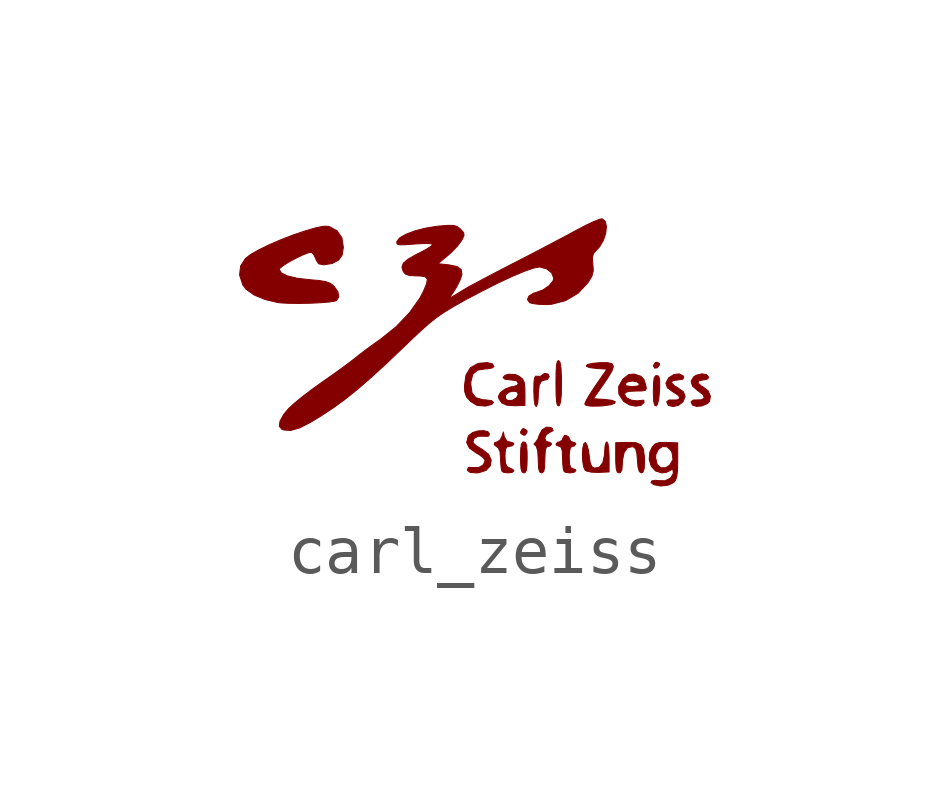
<source format=kicad_sym>
(kicad_symbol_lib
  (version 20231120)
  (generator "kicad_symbol_editor")
  (generator_version "8.0")
  (symbol "carl_zeiss"
    (pin_names
      (offset 1.016))
    (property "Reference" "T"
      (at 0 2.269 0)
      (effects (font (size 1.27 1.27)) (hide yes)))
    (symbol "carl_zeiss_0_0"
      (polyline (pts (xy 3.816 -0.3) (xy 3.862 -0.239) (xy 3.861 -0.211) (xy 3.807 -0.184) (xy 3.771 -0.194) (xy 3.734 -0.257) (xy 3.761 -0.308) (xy 3.816 -0.3)) (stroke (width 0.01) (type default)) (fill (type outline)))
      (polyline (pts (xy 1.069 -1.698) (xy 1.106 -1.637) (xy 1.098 -1.604) (xy 1.037 -1.567) (xy 1.005 -1.575) (xy 0.968 -1.637) (xy 0.976 -1.669) (xy 1.037 -1.706) (xy 1.069 -1.698)) (stroke (width 0.01) (type default)) (fill (type outline)))
      (polyline (pts (xy 3.817 -1.067) (xy 3.846 -0.955) (xy 3.863 -0.768) (xy 3.866 -0.659) (xy 3.863 -0.537) (xy 3.843 -0.477) (xy 3.805 -0.461) (xy 3.779 -0.467) (xy 3.752 -0.511) (xy 3.738 -0.612) (xy 3.734 -0.787) (xy 3.734 -0.837) (xy 3.741 -0.997) (xy 3.76 -1.079) (xy 3.792 -1.095) (xy 3.817 -1.067)) (stroke (width 0.01) (type default)) (fill (type outline)))
      (polyline (pts (xy 1.059 -2.485) (xy 1.088 -2.442) (xy 1.102 -2.342) (xy 1.106 -2.167) (xy 1.105 -2.066) (xy 1.096 -1.931) (xy 1.075 -1.863) (xy 1.037 -1.844) (xy 1.016 -1.849) (xy 0.987 -1.891) (xy 0.972 -1.991) (xy 0.968 -2.167) (xy 0.969 -2.268) (xy 0.978 -2.402) (xy 1 -2.47) (xy 1.037 -2.489) (xy 1.059 -2.485)) (stroke (width 0.01) (type default)) (fill (type outline)))
      (polyline (pts (xy 1.779 -1.082) (xy 1.803 -1.006) (xy 1.817 -0.856) (xy 1.821 -0.622) (xy 1.82 -0.501) (xy 1.811 -0.308) (xy 1.793 -0.194) (xy 1.763 -0.15) (xy 1.76 -0.149) (xy 1.734 -0.169) (xy 1.717 -0.247) (xy 1.708 -0.394) (xy 1.706 -0.622) (xy 1.706 -0.651) (xy 1.709 -0.87) (xy 1.719 -1.01) (xy 1.736 -1.081) (xy 1.763 -1.095) (xy 1.779 -1.082)) (stroke (width 0.01) (type default)) (fill (type outline)))
      (polyline (pts (xy 1.304 -1.098) (xy 1.328 -1.025) (xy 1.337 -0.903) (xy 1.339 -0.813) (xy 1.358 -0.66) (xy 1.403 -0.578) (xy 1.48 -0.553) (xy 1.529 -0.541) (xy 1.567 -0.484) (xy 1.539 -0.43) (xy 1.47 -0.417) (xy 1.407 -0.459) (xy 1.387 -0.477) (xy 1.312 -0.477) (xy 1.284 -0.474) (xy 1.26 -0.51) (xy 1.248 -0.607) (xy 1.245 -0.779) (xy 1.245 -0.782) (xy 1.251 -0.949) (xy 1.267 -1.064) (xy 1.291 -1.106) (xy 1.304 -1.098)) (stroke (width 0.01) (type default)) (fill (type outline)))
      (polyline (pts (xy 0.254 -1.094) (xy 0.369 -1.063) (xy 0.406 -1.021) (xy 0.364 -0.984) (xy 0.24 -0.968) (xy 0.181 -0.966) (xy 0.037 -0.923) (xy -0.043 -0.819) (xy -0.067 -0.645) (xy -0.065 -0.587) (xy -0.025 -0.434) (xy 0.072 -0.349) (xy 0.236 -0.323) (xy 0.273 -0.322) (xy 0.374 -0.305) (xy 0.415 -0.275) (xy 0.38 -0.218) (xy 0.274 -0.192) (xy 0.115 -0.205) (xy 0.075 -0.214) (xy -0.077 -0.3) (xy -0.169 -0.456) (xy -0.2 -0.679) (xy -0.193 -0.802) (xy -0.156 -0.909) (xy -0.071 -1.001) (xy 0.06 -1.082) (xy 0.221 -1.097) (xy 0.254 -1.094)) (stroke (width 0.01) (type default)) (fill (type outline)))
      (polyline (pts (xy 2.612 -1.097) (xy 2.68 -1.093) (xy 2.839 -1.071) (xy 2.928 -1.041) (xy 2.941 -1.007) (xy 2.873 -0.978) (xy 2.72 -0.959) (xy 2.484 -0.945) (xy 2.694 -0.645) (xy 2.774 -0.527) (xy 2.869 -0.372) (xy 2.902 -0.271) (xy 2.872 -0.215) (xy 2.777 -0.193) (xy 2.616 -0.194) (xy 2.458 -0.209) (xy 2.357 -0.235) (xy 2.336 -0.266) (xy 2.399 -0.295) (xy 2.548 -0.314) (xy 2.768 -0.328) (xy 2.536 -0.663) (xy 2.492 -0.728) (xy 2.396 -0.877) (xy 2.33 -0.993) (xy 2.305 -1.054) (xy 2.334 -1.084) (xy 2.433 -1.099) (xy 2.612 -1.097)) (stroke (width 0.01) (type default)) (fill (type outline)))
      (polyline (pts (xy 3.516 -2.475) (xy 3.542 -2.403) (xy 3.55 -2.256) (xy 3.548 -2.154) (xy 3.527 -1.994) (xy 3.472 -1.902) (xy 3.369 -1.86) (xy 3.203 -1.854) (xy 2.95 -1.86) (xy 2.95 -2.175) (xy 2.951 -2.264) (xy 2.96 -2.401) (xy 2.982 -2.47) (xy 3.019 -2.489) (xy 3.046 -2.483) (xy 3.079 -2.424) (xy 3.089 -2.291) (xy 3.091 -2.227) (xy 3.126 -2.063) (xy 3.197 -1.964) (xy 3.299 -1.943) (xy 3.319 -1.948) (xy 3.364 -1.985) (xy 3.389 -2.07) (xy 3.402 -2.225) (xy 3.414 -2.366) (xy 3.441 -2.461) (xy 3.483 -2.489) (xy 3.516 -2.475)) (stroke (width 0.01) (type default)) (fill (type outline)))
      (polyline (pts (xy 4.261 -1.079) (xy 4.35 -1.009) (xy 4.396 -0.899) (xy 4.36 -0.801) (xy 4.236 -0.712) (xy 4.173 -0.675) (xy 4.111 -0.612) (xy 4.135 -0.569) (xy 4.245 -0.553) (xy 4.344 -0.539) (xy 4.368 -0.496) (xy 4.352 -0.467) (xy 4.272 -0.427) (xy 4.163 -0.44) (xy 4.061 -0.503) (xy 4.05 -0.514) (xy 3.994 -0.62) (xy 4.028 -0.718) (xy 4.154 -0.81) (xy 4.258 -0.877) (xy 4.287 -0.936) (xy 4.23 -0.97) (xy 4.091 -0.971) (xy 4.06 -0.971) (xy 4.011 -1.008) (xy 4.041 -1.076) (xy 4.052 -1.085) (xy 4.148 -1.108) (xy 4.261 -1.079)) (stroke (width 0.01) (type default)) (fill (type outline)))
      (polyline (pts (xy 2.812 -2.469) (xy 2.812 -2.157) (xy 2.806 -2) (xy 2.79 -1.887) (xy 2.766 -1.844) (xy 2.753 -1.851) (xy 2.729 -1.922) (xy 2.72 -2.043) (xy 2.718 -2.106) (xy 2.683 -2.271) (xy 2.611 -2.369) (xy 2.509 -2.39) (xy 2.503 -2.389) (xy 2.45 -2.356) (xy 2.418 -2.275) (xy 2.397 -2.124) (xy 2.384 -2.027) (xy 2.353 -1.909) (xy 2.317 -1.855) (xy 2.316 -1.855) (xy 2.284 -1.885) (xy 2.264 -1.979) (xy 2.257 -2.108) (xy 2.263 -2.245) (xy 2.282 -2.363) (xy 2.314 -2.434) (xy 2.34 -2.45) (xy 2.447 -2.474) (xy 2.59 -2.479) (xy 2.812 -2.469)) (stroke (width 0.01) (type default)) (fill (type outline)))
      (polyline (pts (xy 4.752 -1.093) (xy 4.861 -1.044) (xy 4.904 -0.998) (xy 4.922 -0.892) (xy 4.876 -0.783) (xy 4.772 -0.7) (xy 4.734 -0.681) (xy 4.665 -0.62) (xy 4.677 -0.572) (xy 4.771 -0.553) (xy 4.847 -0.541) (xy 4.886 -0.506) (xy 4.886 -0.499) (xy 4.843 -0.443) (xy 4.747 -0.426) (xy 4.63 -0.454) (xy 4.574 -0.488) (xy 4.521 -0.579) (xy 4.548 -0.681) (xy 4.656 -0.774) (xy 4.768 -0.858) (xy 4.795 -0.926) (xy 4.738 -0.967) (xy 4.598 -0.971) (xy 4.567 -0.971) (xy 4.518 -1.008) (xy 4.548 -1.076) (xy 4.548 -1.076) (xy 4.633 -1.105) (xy 4.752 -1.093)) (stroke (width 0.01) (type default)) (fill (type outline)))
      (polyline (pts (xy 0.792 -2.478) (xy 0.83 -2.449) (xy 0.812 -2.42) (xy 0.738 -2.384) (xy 0.683 -2.355) (xy 0.653 -2.284) (xy 0.645 -2.148) (xy 0.645 -2.126) (xy 0.653 -2.005) (xy 0.68 -1.949) (xy 0.738 -1.936) (xy 0.791 -1.927) (xy 0.83 -1.89) (xy 0.814 -1.864) (xy 0.741 -1.844) (xy 0.683 -1.827) (xy 0.631 -1.74) (xy 0.611 -1.637) (xy 0.577 -1.74) (xy 0.541 -1.805) (xy 0.479 -1.844) (xy 0.428 -1.859) (xy 0.423 -1.905) (xy 0.484 -1.953) (xy 0.503 -1.964) (xy 0.541 -2.045) (xy 0.553 -2.204) (xy 0.555 -2.279) (xy 0.566 -2.398) (xy 0.584 -2.459) (xy 0.621 -2.478) (xy 0.708 -2.489) (xy 0.792 -2.478)) (stroke (width 0.01) (type default)) (fill (type outline)))
      (polyline (pts (xy 1.414 -2.489) (xy 1.451 -2.46) (xy 1.47 -2.373) (xy 1.475 -2.213) (xy 1.475 -2.179) (xy 1.483 -2.033) (xy 1.504 -1.957) (xy 1.544 -1.936) (xy 1.576 -1.931) (xy 1.613 -1.89) (xy 1.606 -1.869) (xy 1.544 -1.844) (xy 1.493 -1.825) (xy 1.475 -1.763) (xy 1.506 -1.691) (xy 1.578 -1.643) (xy 1.582 -1.642) (xy 1.647 -1.61) (xy 1.629 -1.564) (xy 1.602 -1.544) (xy 1.509 -1.536) (xy 1.419 -1.591) (xy 1.361 -1.695) (xy 1.327 -1.788) (xy 1.276 -1.859) (xy 1.247 -1.888) (xy 1.279 -1.92) (xy 1.298 -1.938) (xy 1.327 -2.038) (xy 1.337 -2.217) (xy 1.337 -2.244) (xy 1.344 -2.392) (xy 1.366 -2.468) (xy 1.406 -2.489) (xy 1.414 -2.489)) (stroke (width 0.01) (type default)) (fill (type outline)))
      (polyline (pts (xy 2.083 -2.476) (xy 2.12 -2.443) (xy 2.113 -2.422) (xy 2.051 -2.397) (xy 2.015 -2.382) (xy 1.99 -2.312) (xy 1.982 -2.167) (xy 1.987 -2.046) (xy 2.008 -1.961) (xy 2.051 -1.936) (xy 2.083 -1.931) (xy 2.12 -1.89) (xy 2.113 -1.869) (xy 2.051 -1.844) (xy 2.019 -1.836) (xy 1.982 -1.775) (xy 1.974 -1.743) (xy 1.913 -1.706) (xy 1.881 -1.714) (xy 1.844 -1.775) (xy 1.836 -1.807) (xy 1.775 -1.844) (xy 1.743 -1.849) (xy 1.706 -1.89) (xy 1.714 -1.911) (xy 1.775 -1.936) (xy 1.814 -1.956) (xy 1.837 -2.032) (xy 1.844 -2.182) (xy 1.846 -2.278) (xy 1.857 -2.399) (xy 1.875 -2.459) (xy 1.911 -2.478) (xy 1.998 -2.489) (xy 2.083 -2.476)) (stroke (width 0.01) (type default)) (fill (type outline)))
      (polyline (pts (xy 0.099 -2.486) (xy 0.25 -2.436) (xy 0.338 -2.342) (xy 0.358 -2.225) (xy 0.305 -2.104) (xy 0.172 -2) (xy 0.156 -1.991) (xy 0.051 -1.927) (xy -0.009 -1.874) (xy -0.022 -1.843) (xy 0.0001 -1.772) (xy 0.08 -1.727) (xy 0.193 -1.724) (xy 0.206 -1.726) (xy 0.296 -1.727) (xy 0.323 -1.681) (xy 0.29 -1.632) (xy 0.2 -1.609) (xy 0.083 -1.615) (xy -0.03 -1.649) (xy -0.107 -1.709) (xy -0.121 -1.729) (xy -0.154 -1.856) (xy -0.096 -1.972) (xy 0.052 -2.078) (xy 0.098 -2.103) (xy 0.193 -2.174) (xy 0.231 -2.231) (xy 0.196 -2.318) (xy 0.101 -2.376) (xy -0.022 -2.378) (xy -0.028 -2.377) (xy -0.114 -2.372) (xy -0.138 -2.419) (xy -0.136 -2.437) (xy -0.086 -2.477) (xy 0.039 -2.489) (xy 0.099 -2.486)) (stroke (width 0.01) (type default)) (fill (type outline)))
      (polyline (pts (xy 1.06 -1.083) (xy 1.06 -0.819) (xy 1.059 -0.732) (xy 1.047 -0.61) (xy 1.012 -0.536) (xy 0.945 -0.48) (xy 0.863 -0.441) (xy 0.715 -0.434) (xy 0.644 -0.458) (xy 0.603 -0.502) (xy 0.643 -0.538) (xy 0.761 -0.553) (xy 0.775 -0.553) (xy 0.887 -0.571) (xy 0.922 -0.622) (xy 0.902 -0.665) (xy 0.817 -0.692) (xy 0.763 -0.698) (xy 0.643 -0.745) (xy 0.547 -0.819) (xy 0.522 -0.869) (xy 0.655 -0.869) (xy 0.718 -0.812) (xy 0.789 -0.79) (xy 0.886 -0.793) (xy 0.922 -0.851) (xy 0.885 -0.925) (xy 0.798 -0.978) (xy 0.703 -0.981) (xy 0.655 -0.941) (xy 0.655 -0.869) (xy 0.522 -0.869) (xy 0.507 -0.898) (xy 0.519 -0.946) (xy 0.576 -1.03) (xy 0.681 -1.079) (xy 0.853 -1.091) (xy 1.06 -1.083)) (stroke (width 0.01) (type default)) (fill (type outline)))
      (polyline (pts (xy 3.478 -1.082) (xy 3.541 -1.019) (xy 3.534 -0.975) (xy 3.459 -0.981) (xy 3.397 -0.99) (xy 3.274 -0.974) (xy 3.175 -0.924) (xy 3.135 -0.854) (xy 3.152 -0.815) (xy 3.224 -0.791) (xy 3.37 -0.784) (xy 3.496 -0.782) (xy 3.569 -0.769) (xy 3.588 -0.731) (xy 3.574 -0.657) (xy 3.536 -0.541) (xy 3.474 -0.477) (xy 3.356 -0.437) (xy 3.319 -0.43) (xy 3.218 -0.443) (xy 3.114 -0.524) (xy 3.095 -0.544) (xy 3.044 -0.634) (xy 3.146 -0.634) (xy 3.195 -0.594) (xy 3.296 -0.576) (xy 3.391 -0.592) (xy 3.446 -0.634) (xy 3.447 -0.64) (xy 3.414 -0.679) (xy 3.296 -0.692) (xy 3.277 -0.691) (xy 3.169 -0.676) (xy 3.146 -0.634) (xy 3.044 -0.634) (xy 3.01 -0.694) (xy 3.016 -0.848) (xy 3.112 -0.996) (xy 3.123 -1.006) (xy 3.238 -1.074) (xy 3.366 -1.1) (xy 3.478 -1.082)) (stroke (width 0.01) (type default)) (fill (type outline)))
      (polyline (pts (xy 4.041 -2.745) (xy 4.157 -2.69) (xy 4.193 -2.646) (xy 4.222 -2.566) (xy 4.237 -2.437) (xy 4.241 -2.239) (xy 4.241 -1.864) (xy 4.013 -1.854) (xy 4.007 -1.854) (xy 3.862 -1.856) (xy 3.775 -1.883) (xy 3.713 -1.946) (xy 3.661 -2.054) (xy 3.651 -2.167) (xy 3.78 -2.167) (xy 3.787 -2.102) (xy 3.841 -1.995) (xy 3.927 -1.939) (xy 4.022 -1.946) (xy 4.101 -2.025) (xy 4.124 -2.074) (xy 4.143 -2.21) (xy 4.076 -2.325) (xy 3.987 -2.383) (xy 3.885 -2.381) (xy 3.81 -2.305) (xy 3.78 -2.167) (xy 3.651 -2.167) (xy 3.647 -2.208) (xy 3.689 -2.348) (xy 3.781 -2.45) (xy 3.912 -2.489) (xy 4.008 -2.476) (xy 4.093 -2.434) (xy 4.1 -2.427) (xy 4.139 -2.412) (xy 4.149 -2.478) (xy 4.147 -2.505) (xy 4.09 -2.601) (xy 3.974 -2.653) (xy 3.824 -2.65) (xy 3.778 -2.643) (xy 3.702 -2.655) (xy 3.686 -2.692) (xy 3.745 -2.735) (xy 3.887 -2.762) (xy 4.041 -2.745)) (stroke (width 0.01) (type default)) (fill (type outline)))
      (polyline (pts (xy -3.409 1.044) (xy -3.19 1.055) (xy -3.009 1.07) (xy -2.893 1.089) (xy -2.86 1.104) (xy -2.816 1.179) (xy -2.836 1.285) (xy -2.918 1.401) (xy -2.923 1.406) (xy -2.991 1.458) (xy -3.084 1.493) (xy -3.222 1.517) (xy -3.43 1.535) (xy -3.687 1.565) (xy -3.886 1.613) (xy -4.012 1.675) (xy -4.057 1.749) (xy -4.047 1.768) (xy -3.975 1.827) (xy -3.855 1.902) (xy -3.712 1.98) (xy -3.57 2.048) (xy -3.453 2.094) (xy -3.387 2.103) (xy -3.337 2.059) (xy -3.292 1.961) (xy -3.287 1.943) (xy -3.236 1.865) (xy -3.132 1.844) (xy -3.131 1.844) (xy -2.955 1.871) (xy -2.819 1.943) (xy -2.747 2.045) (xy -2.721 2.207) (xy -2.751 2.404) (xy -2.853 2.553) (xy -3.024 2.646) (xy -3.025 2.646) (xy -3.132 2.647) (xy -3.304 2.612) (xy -3.521 2.549) (xy -3.765 2.466) (xy -4.018 2.368) (xy -4.262 2.263) (xy -4.479 2.158) (xy -4.651 2.06) (xy -4.76 1.976) (xy -4.86 1.82) (xy -4.882 1.631) (xy -4.814 1.423) (xy -4.743 1.331) (xy -4.578 1.215) (xy -4.351 1.121) (xy -4.082 1.058) (xy -4.025 1.051) (xy -3.853 1.042) (xy -3.639 1.04) (xy -3.409 1.044)) (stroke (width 0.01) (type default)) (fill (type outline)))
      (polyline (pts (xy -3.637 -1.554) (xy -3.41 -1.439) (xy -3.191 -1.306) (xy -2.934 -1.137) (xy -2.679 -0.951) (xy -2.414 -0.738) (xy -2.127 -0.488) (xy -1.803 -0.191) (xy -1.43 0.165) (xy -1.339 0.253) (xy -1.123 0.457) (xy -0.945 0.615) (xy -0.787 0.742) (xy -0.628 0.853) (xy -0.449 0.962) (xy -0.233 1.084) (xy -0.164 1.122) (xy 0.186 1.307) (xy 0.512 1.471) (xy 0.803 1.606) (xy 1.048 1.709) (xy 1.236 1.775) (xy 1.356 1.798) (xy 1.373 1.797) (xy 1.513 1.759) (xy 1.618 1.674) (xy 1.66 1.563) (xy 1.644 1.508) (xy 1.563 1.41) (xy 1.435 1.322) (xy 1.286 1.266) (xy 1.236 1.252) (xy 1.143 1.194) (xy 1.112 1.121) (xy 1.157 1.056) (xy 1.212 1.039) (xy 1.339 1.022) (xy 1.498 1.015) (xy 1.613 1.022) (xy 1.905 1.098) (xy 2.165 1.251) (xy 2.371 1.471) (xy 2.374 1.475) (xy 2.454 1.607) (xy 2.483 1.72) (xy 2.474 1.86) (xy 2.464 1.993) (xy 2.487 2.08) (xy 2.555 2.155) (xy 2.612 2.216) (xy 2.692 2.35) (xy 2.742 2.5) (xy 2.757 2.641) (xy 2.733 2.75) (xy 2.667 2.802) (xy 2.613 2.792) (xy 2.491 2.744) (xy 2.326 2.666) (xy 2.137 2.567) (xy 1.954 2.468) (xy 1.707 2.337) (xy 1.422 2.187) (xy 1.121 2.03) (xy 0.827 1.879) (xy 0.78 1.855) (xy 0.512 1.716) (xy 0.263 1.586) (xy 0.049 1.472) (xy -0.114 1.384) (xy -0.21 1.328) (xy -0.22 1.322) (xy -0.375 1.226) (xy -0.464 1.174) (xy -0.498 1.163) (xy -0.489 1.189) (xy -0.448 1.247) (xy -0.444 1.252) (xy -0.366 1.378) (xy -0.293 1.52) (xy -0.252 1.642) (xy -0.267 1.745) (xy -0.357 1.81) (xy -0.531 1.844) (xy -0.753 1.867) (xy -0.549 2.035) (xy -0.471 2.104) (xy -0.347 2.233) (xy -0.263 2.344) (xy -0.25 2.366) (xy -0.208 2.455) (xy -0.217 2.514) (xy -0.28 2.585) (xy -0.299 2.603) (xy -0.358 2.645) (xy -0.432 2.665) (xy -0.548 2.665) (xy -0.731 2.651) (xy -0.774 2.646) (xy -1.013 2.607) (xy -1.235 2.55) (xy -1.42 2.479) (xy -1.55 2.404) (xy -1.607 2.33) (xy -1.61 2.305) (xy -1.597 2.274) (xy -1.546 2.26) (xy -1.439 2.262) (xy -1.257 2.275) (xy -1.212 2.279) (xy -1.043 2.287) (xy -0.918 2.285) (xy -0.86 2.274) (xy -0.859 2.27) (xy -0.894 2.231) (xy -0.993 2.168) (xy -1.137 2.092) (xy -1.206 2.058) (xy -1.377 1.96) (xy -1.473 1.877) (xy -1.502 1.795) (xy -1.475 1.706) (xy -1.432 1.653) (xy -1.346 1.622) (xy -1.197 1.613) (xy -1.119 1.612) (xy -1.013 1.594) (xy -0.972 1.542) (xy -0.99 1.443) (xy -1.06 1.279) (xy -1.128 1.151) (xy -1.344 0.847) (xy -1.624 0.554) (xy -1.95 0.292) (xy -2.04 0.229) (xy -2.219 0.1) (xy -2.373 -0.016) (xy -2.478 -0.099) (xy -2.487 -0.107) (xy -2.591 -0.188) (xy -2.749 -0.305) (xy -2.94 -0.442) (xy -3.146 -0.586) (xy -3.163 -0.598) (xy -3.376 -0.751) (xy -3.578 -0.905) (xy -3.747 -1.044) (xy -3.861 -1.149) (xy -3.965 -1.274) (xy -4.041 -1.413) (xy -4.054 -1.52) (xy -3.999 -1.583) (xy -3.965 -1.595) (xy -3.817 -1.605) (xy -3.637 -1.554)) (stroke (width 0.01) (type default)) (fill (type outline))))))
</source>
